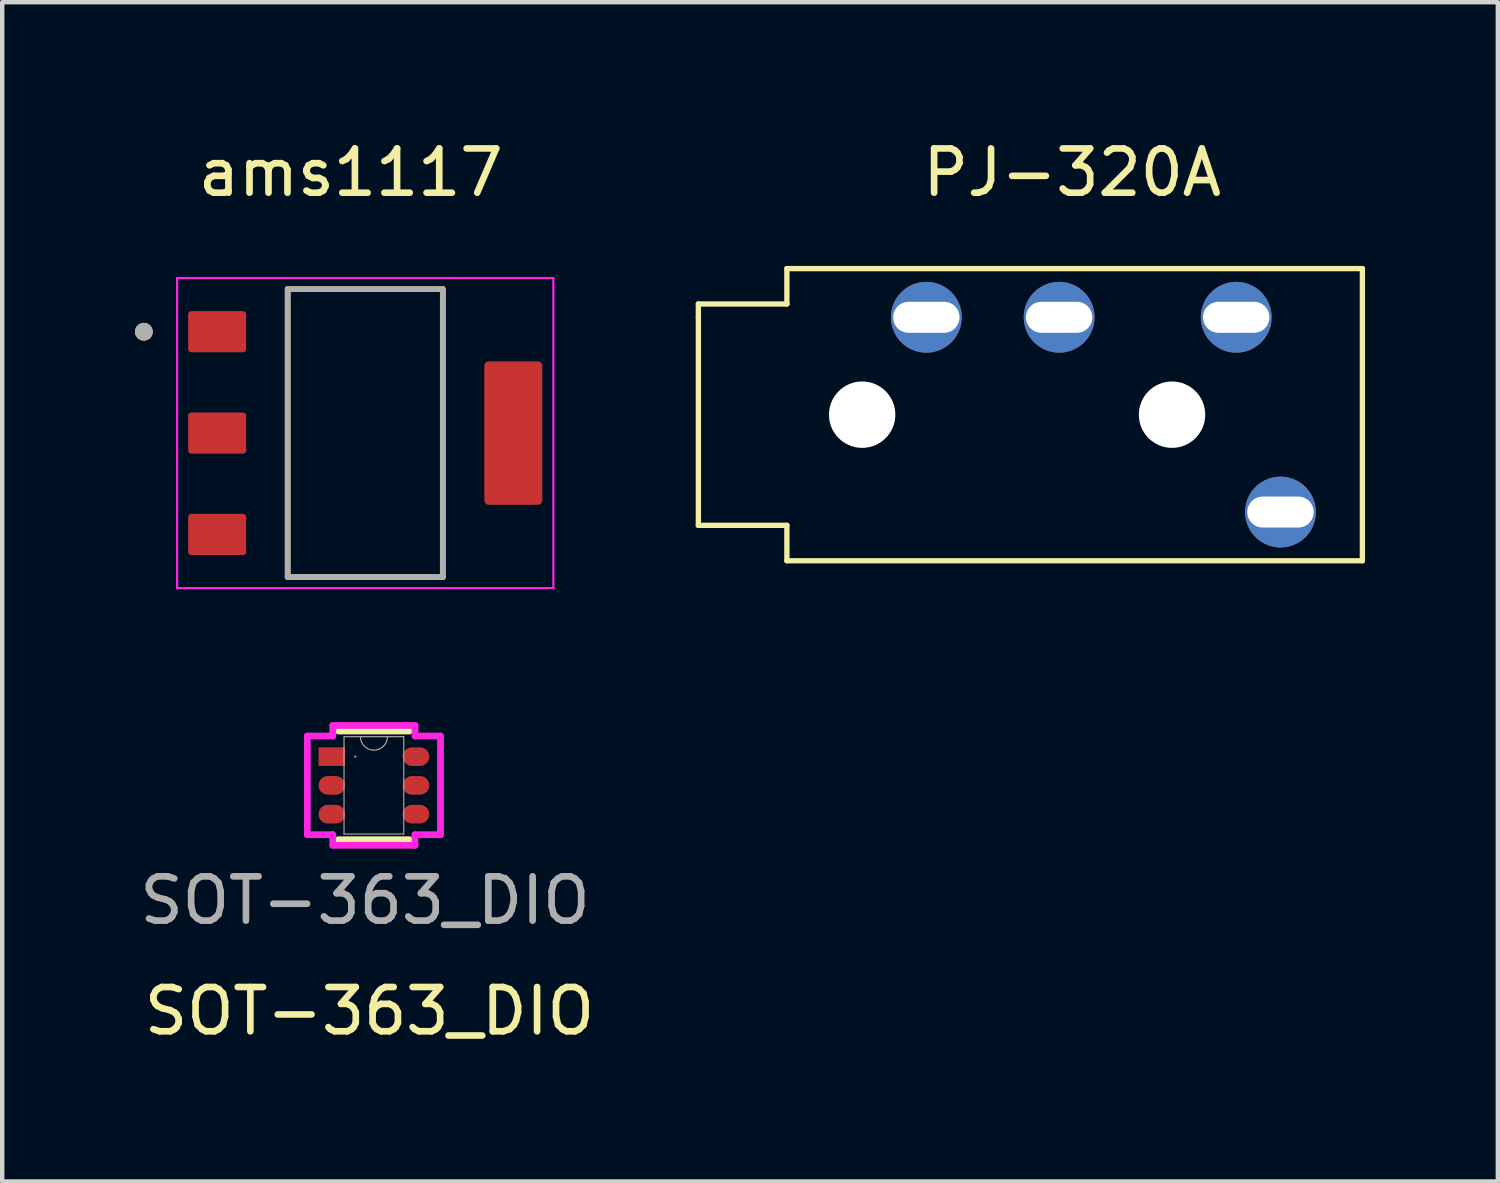
<source format=kicad_pcb>
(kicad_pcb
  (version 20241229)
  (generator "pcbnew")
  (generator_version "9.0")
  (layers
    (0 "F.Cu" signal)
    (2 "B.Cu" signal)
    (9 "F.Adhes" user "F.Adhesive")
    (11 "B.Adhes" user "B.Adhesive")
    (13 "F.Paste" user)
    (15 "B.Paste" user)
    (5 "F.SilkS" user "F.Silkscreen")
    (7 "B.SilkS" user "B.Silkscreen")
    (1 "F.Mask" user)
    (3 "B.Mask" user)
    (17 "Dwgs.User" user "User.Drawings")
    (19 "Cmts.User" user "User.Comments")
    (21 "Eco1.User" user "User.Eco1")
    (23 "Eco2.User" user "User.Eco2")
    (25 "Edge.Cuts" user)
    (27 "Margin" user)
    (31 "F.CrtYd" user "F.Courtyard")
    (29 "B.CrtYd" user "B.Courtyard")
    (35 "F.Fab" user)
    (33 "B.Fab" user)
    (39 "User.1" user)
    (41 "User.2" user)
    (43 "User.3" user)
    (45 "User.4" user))
  (footprint "SOT-363_DIO"
    (layer "F.Cu")
    (at 5.396 14.691)
    (property "Reference" "SOT-363_DIO" (at -0.1 5.1 0) (unlocked yes) (layer "F.SilkS") (effects (font (size 1 1) (thickness 0.15))))
    (attr smd)
    (fp_line (start -0.802 1.227) (end 0.802 1.227) (stroke (width 0.152) (type solid)) (layer "F.SilkS"))
    (fp_line (start 0.802 -1.227) (end -0.802 -1.227) (stroke (width 0.152) (type solid)) (layer "F.SilkS"))
    (fp_line (start -1.504 -1.114) (end -0.929 -1.114) (stroke (width 0.152) (type solid)) (layer "F.CrtYd"))
    (fp_line (start -1.504 1.114) (end -1.504 -1.114) (stroke (width 0.152) (type solid)) (layer "F.CrtYd"))
    (fp_line (start -1.504 1.114) (end -0.929 1.114) (stroke (width 0.152) (type solid)) (layer "F.CrtYd"))
    (fp_line (start -0.929 -1.354) (end 0.929 -1.354) (stroke (width 0.152) (type solid)) (layer "F.CrtYd"))
    (fp_line (start -0.929 -1.114) (end -0.929 -1.354) (stroke (width 0.152) (type solid)) (layer "F.CrtYd"))
    (fp_line (start -0.929 1.354) (end -0.929 1.114) (stroke (width 0.152) (type solid)) (layer "F.CrtYd"))
    (fp_line (start 0.929 -1.354) (end 0.929 -1.114) (stroke (width 0.152) (type solid)) (layer "F.CrtYd"))
    (fp_line (start 0.929 1.114) (end 0.929 1.354) (stroke (width 0.152) (type solid)) (layer "F.CrtYd"))
    (fp_line (start 0.929 1.354) (end -0.929 1.354) (stroke (width 0.152) (type solid)) (layer "F.CrtYd"))
    (fp_line (start 1.504 -1.114) (end 0.929 -1.114) (stroke (width 0.152) (type solid)) (layer "F.CrtYd"))
    (fp_line (start 1.504 -1.114) (end 1.504 1.114) (stroke (width 0.152) (type solid)) (layer "F.CrtYd"))
    (fp_line (start 1.504 1.114) (end 0.929 1.114) (stroke (width 0.152) (type solid)) (layer "F.CrtYd"))
    (fp_line (start -0.675 -1.1) (end -0.675 1.1) (stroke (width 0.025) (type solid)) (layer "F.Fab"))
    (fp_line (start -0.675 1.1) (end 0.675 1.1) (stroke (width 0.025) (type solid)) (layer "F.Fab"))
    (fp_line (start 0.675 -1.1) (end -0.675 -1.1) (stroke (width 0.025) (type solid)) (layer "F.Fab"))
    (fp_line (start 0.675 1.1) (end 0.675 -1.1) (stroke (width 0.025) (type solid)) (layer "F.Fab"))
    (fp_arc (start 0.3048 -1.1) (mid 0 -0.7952) (end -0.3048 -1.1) (stroke (width 0.0254) (type solid)) (layer "F.Fab"))
    (fp_circle (center -0.421 -0.65) (end -0.421 -0.65) (stroke (width 0.025) (type solid)) (fill no) (layer "F.Fab"))
    (fp_text user "${REFERENCE}" (at -0.2 2.6 0) (unlocked yes) (layer "F.Fab") (effects (font (size 1 1) (thickness 0.15))))
    (pad "1" smd rect (at -0.95 -0.65) (size 0.6 0.42) (layers "F.Cu" "F.Mask" "F.Paste"))
    (pad "2" smd oval (at -0.95 0) (size 0.6 0.42) (layers "F.Cu" "F.Mask" "F.Paste"))
    (pad "3" smd oval (at -0.95 0.65) (size 0.6 0.42) (layers "F.Cu" "F.Mask" "F.Paste"))
    (pad "4" smd oval (at 0.95 0.65) (size 0.6 0.42) (layers "F.Cu" "F.Mask" "F.Paste"))
    (pad "5" smd oval (at 0.95 0) (size 0.6 0.42) (layers "F.Cu" "F.Mask" "F.Paste"))
    (pad "6" smd oval (at 0.95 -0.65) (size 0.6 0.42) (layers "F.Cu" "F.Mask" "F.Paste")))
  (footprint "PJ-320A"
    (layer "F.Cu")
    (at 12.725 4.117)
    (property "Reference" "PJ-320A" (at 8.445 -3.269 0) (layer "F.SilkS") (effects (font (size 1 1) (thickness 0.15))))
    (attr through_hole)
    (fp_line (start 0 -0.3) (end 2 -0.3) (stroke (width 0.12) (type solid)) (layer "F.SilkS"))
    (fp_line (start 0 0) (end 0 -0.3) (stroke (width 0.12) (type solid)) (layer "F.SilkS"))
    (fp_line (start 0 0) (end 0 4.7) (stroke (width 0.12) (type solid)) (layer "F.SilkS"))
    (fp_line (start 0 4.7) (end 2 4.7) (stroke (width 0.12) (type solid)) (layer "F.SilkS"))
    (fp_line (start 2 -1.1) (end 15 -1.1) (stroke (width 0.12) (type solid)) (layer "F.SilkS"))
    (fp_line (start 2 -0.3) (end 2 -1.1) (stroke (width 0.12) (type solid)) (layer "F.SilkS"))
    (fp_line (start 2 4.7) (end 2 5.5) (stroke (width 0.12) (type solid)) (layer "F.SilkS"))
    (fp_line (start 2 5.5) (end 15 5.5) (stroke (width 0.12) (type solid)) (layer "F.SilkS"))
    (fp_line (start 15 -1.1) (end 15 5.5) (stroke (width 0.12) (type solid)) (layer "F.SilkS"))
    (pad "" np_thru_hole circle (at 3.7 2.2) (size 1.5 1.5) (drill 1.5) (layers "*.Cu"))
    (pad "" np_thru_hole circle (at 10.7 2.2) (size 1.5 1.5) (drill 1.5) (layers "*.Cu"))
    (pad "1" thru_hole circle (at 13.15 4.4) (size 1.6 1.6) (drill oval 1.5 0.7) (layers "*.Cu" "*.Mask"))
    (pad "2" thru_hole circle (at 12.15 0) (size 1.6 1.6) (drill oval 1.5 0.7) (layers "*.Cu" "*.Mask"))
    (pad "3" thru_hole circle (at 8.15 0) (size 1.6 1.6) (drill oval 1.5 0.7) (layers "*.Cu" "*.Mask"))
    (pad "4" thru_hole circle (at 5.15 0) (size 1.6 1.6) (drill oval 1.5 0.7) (layers "*.Cu" "*.Mask")))
  (footprint "ams1117"
    (layer "F.Cu")
    (at 5.2 6.733)
    (property "Reference" "ams1117" (at -0.328 -5.885 0) (layer "F.SilkS") (effects (font (size 1 1) (thickness 0.15))))
    (attr smd)
    (fp_line (start -1.752 -3.252) (end 1.752 -3.252) (stroke (width 0.127) (type solid)) (layer "F.SilkS"))
    (fp_line (start -1.752 3.252) (end -1.752 -3.252) (stroke (width 0.127) (type solid)) (layer "F.SilkS"))
    (fp_line (start 1.752 -3.252) (end 1.752 3.252) (stroke (width 0.127) (type solid)) (layer "F.SilkS"))
    (fp_line (start 1.752 3.252) (end -1.752 3.252) (stroke (width 0.127) (type solid)) (layer "F.SilkS"))
    (fp_circle (center -5 -2.29) (end -4.9 -2.29) (stroke (width 0.2) (type solid)) (fill no) (layer "F.SilkS"))
    (fp_line (start -4.25 -3.502) (end -4.25 3.502) (stroke (width 0.05) (type solid)) (layer "F.CrtYd"))
    (fp_line (start -4.25 3.502) (end 4.25 3.502) (stroke (width 0.05) (type solid)) (layer "F.CrtYd"))
    (fp_line (start 4.25 -3.502) (end -4.25 -3.502) (stroke (width 0.05) (type solid)) (layer "F.CrtYd"))
    (fp_line (start 4.25 3.502) (end 4.25 -3.502) (stroke (width 0.05) (type solid)) (layer "F.CrtYd"))
    (fp_line (start -1.752 -3.252) (end 1.752 -3.252) (stroke (width 0.127) (type solid)) (layer "F.Fab"))
    (fp_line (start -1.752 3.252) (end -1.752 -3.252) (stroke (width 0.127) (type solid)) (layer "F.Fab"))
    (fp_line (start 1.752 -3.252) (end 1.752 3.252) (stroke (width 0.127) (type solid)) (layer "F.Fab"))
    (fp_line (start 1.752 3.252) (end -1.752 3.252) (stroke (width 0.127) (type solid)) (layer "F.Fab"))
    (fp_circle (center -5 -2.29) (end -4.9 -2.29) (stroke (width 0.2) (type solid)) (fill no) (layer "F.Fab"))
    (pad "1" smd roundrect (at -3.345 -2.29) (size 1.31 0.93) (layers "F.Cu" "F.Mask" "F.Paste") (roundrect_rratio 0.075))
    (pad "2" smd roundrect (at -3.345 0) (size 1.31 0.93) (layers "F.Cu" "F.Mask" "F.Paste") (roundrect_rratio 0.075))
    (pad "3" smd roundrect (at -3.345 2.29) (size 1.31 0.93) (layers "F.Cu" "F.Mask" "F.Paste") (roundrect_rratio 0.075))
    (pad "4" smd roundrect (at 3.345 0) (size 1.31 3.24) (layers "F.Cu" "F.Mask" "F.Paste") (roundrect_rratio 0.075)))
  (gr_rect
    (start -3 -3)
    (end 30.785 23.639)
    (stroke (width 0.1) (type default))
    (fill no)
    (layer "Edge.Cuts")))
</source>
